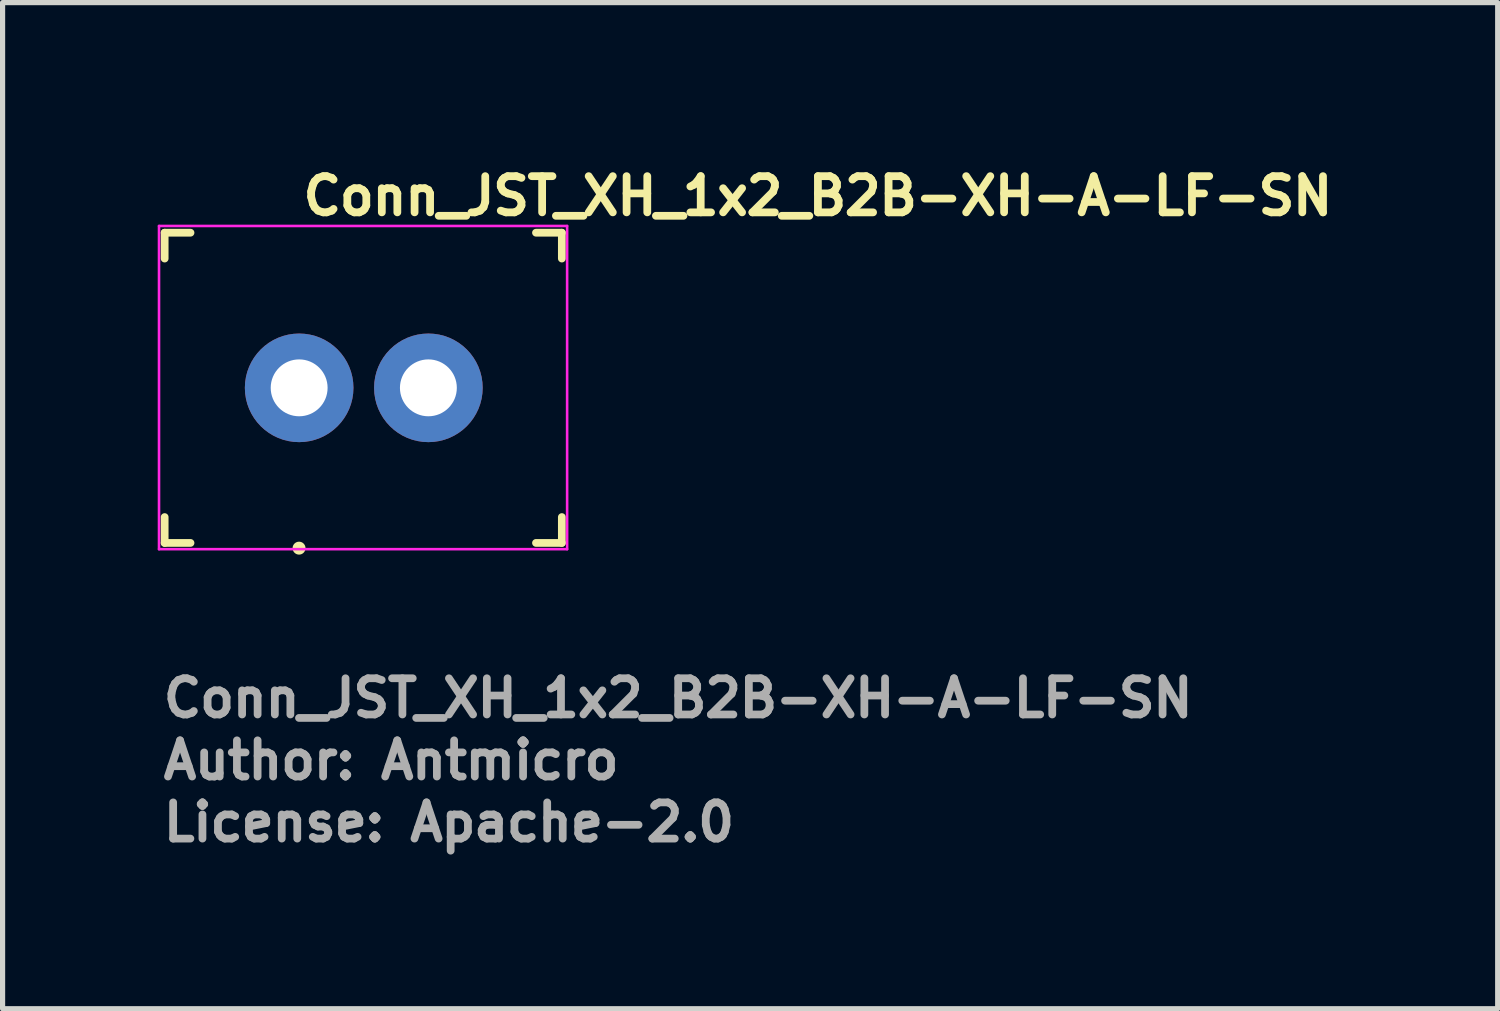
<source format=kicad_pcb>
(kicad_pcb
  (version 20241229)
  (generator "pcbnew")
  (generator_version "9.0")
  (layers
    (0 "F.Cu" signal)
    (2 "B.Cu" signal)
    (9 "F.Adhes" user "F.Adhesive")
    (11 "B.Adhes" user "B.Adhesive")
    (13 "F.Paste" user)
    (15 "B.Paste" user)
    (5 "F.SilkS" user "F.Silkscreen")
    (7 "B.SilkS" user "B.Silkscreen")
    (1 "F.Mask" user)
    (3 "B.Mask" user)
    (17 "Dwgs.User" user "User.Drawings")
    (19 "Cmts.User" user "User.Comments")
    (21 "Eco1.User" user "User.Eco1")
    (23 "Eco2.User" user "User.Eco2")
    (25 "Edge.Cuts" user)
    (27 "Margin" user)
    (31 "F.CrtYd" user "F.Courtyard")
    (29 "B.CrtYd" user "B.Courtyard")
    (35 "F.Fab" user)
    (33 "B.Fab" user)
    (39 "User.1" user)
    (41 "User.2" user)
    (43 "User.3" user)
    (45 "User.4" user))
  (footprint "Conn_JST_XH_1x2_B2B-XH-A-LF-SN"
    (layer "F.Cu")
    (at 2.735 4.45)
    (property "Reference" "Conn_JST_XH_1x2_B2B-XH-A-LF-SN" (at 0 -3.3 0) (layer "F.SilkS") (effects (font (size 0.7 0.7) (thickness 0.15)) (justify left bottom)))
    (attr through_hole)
    (fp_line (start -2.601 -3) (end -2.601 -2.5) (stroke (width 0.15) (type solid)) (layer "F.SilkS"))
    (fp_line (start -2.601 -3) (end -2.101 -3) (stroke (width 0.15) (type solid)) (layer "F.SilkS"))
    (fp_line (start -2.601 2.999) (end -2.601 2.499) (stroke (width 0.15) (type solid)) (layer "F.SilkS"))
    (fp_line (start -2.601 2.999) (end -2.101 2.999) (stroke (width 0.15) (type solid)) (layer "F.SilkS"))
    (fp_line (start 5.08 -3) (end 4.58 -3) (stroke (width 0.15) (type solid)) (layer "F.SilkS"))
    (fp_line (start 5.08 -3) (end 5.08 -2.5) (stroke (width 0.15) (type solid)) (layer "F.SilkS"))
    (fp_line (start 5.08 2.999) (end 4.58 2.999) (stroke (width 0.15) (type solid)) (layer "F.SilkS"))
    (fp_line (start 5.08 2.999) (end 5.08 2.499) (stroke (width 0.15) (type solid)) (layer "F.SilkS"))
    (fp_circle (center -0.002 3.1) (end 0.048 3.1) (stroke (width 0.15) (type solid)) (fill yes) (layer "F.SilkS"))
    (fp_line (start -2.71 -3.13) (end -2.71 3.12) (stroke (width 0.05) (type solid)) (layer "F.CrtYd"))
    (fp_line (start 5.182 -3.13) (end -2.71 -3.13) (stroke (width 0.05) (type solid)) (layer "F.CrtYd"))
    (fp_line (start 5.182 3.12) (end -2.71 3.12) (stroke (width 0.05) (type solid)) (layer "F.CrtYd"))
    (fp_line (start 5.182 3.12) (end 5.182 -3.13) (stroke (width 0.05) (type solid)) (layer "F.CrtYd"))
    (fp_rect (start -2.452 -2.875) (end 4.95 2.874) (stroke (width 0.1) (type solid)) (fill no) (layer "User.5"))
    (fp_line (start -2.452 -2.875) (end 4.95 -2.875) (stroke (width 0.02) (type solid)) (layer "User.9"))
    (fp_line (start -2.452 2.874) (end -2.452 -2.875) (stroke (width 0.02) (type solid)) (layer "User.9"))
    (fp_line (start -2.452 2.874) (end -1.25 2.874) (stroke (width 0.02) (type solid)) (layer "User.9"))
    (fp_line (start -1.589 -2.013) (end 4.086 -2.013) (stroke (width 0.02) (type solid)) (layer "User.9"))
    (fp_line (start -1.589 2.011) (end -1.589 -2.013) (stroke (width 0.02) (type solid)) (layer "User.9"))
    (fp_line (start -1.589 2.011) (end 4.086 2.011) (stroke (width 0.02) (type solid)) (layer "User.9"))
    (fp_line (start -1.25 2.75) (end 1.249 2.75) (stroke (width 0.02) (type solid)) (layer "User.9"))
    (fp_line (start -1.25 2.874) (end -1.25 2.75) (stroke (width 0.02) (type solid)) (layer "User.9"))
    (fp_line (start -1.25 2.874) (end 0 2.874) (stroke (width 0.02) (type solid)) (layer "User.9"))
    (fp_line (start -0.32 -0.32) (end -0.064 -0.064) (stroke (width 0.02) (type solid)) (layer "User.9"))
    (fp_line (start -0.32 -0.32) (end 0.32 -0.32) (stroke (width 0.02) (type solid)) (layer "User.9"))
    (fp_line (start -0.32 0.32) (end -0.32 -0.32) (stroke (width 0.02) (type solid)) (layer "User.9"))
    (fp_line (start -0.32 0.32) (end -0.064 0.064) (stroke (width 0.02) (type solid)) (layer "User.9"))
    (fp_line (start -0.32 0.32) (end 0.32 0.32) (stroke (width 0.02) (type solid)) (layer "User.9"))
    (fp_line (start -0.064 -0.064) (end 0.064 -0.064) (stroke (width 0.02) (type solid)) (layer "User.9"))
    (fp_line (start -0.064 0.064) (end -0.064 -0.064) (stroke (width 0.02) (type solid)) (layer "User.9"))
    (fp_line (start -0.064 0.064) (end 0.064 0.064) (stroke (width 0.02) (type solid)) (layer "User.9"))
    (fp_line (start 0 2.874) (end 0 2.75) (stroke (width 0.02) (type solid)) (layer "User.9"))
    (fp_line (start 0.064 0.064) (end 0.064 -0.064) (stroke (width 0.02) (type solid)) (layer "User.9"))
    (fp_line (start 0.32 -0.32) (end 0.064 -0.064) (stroke (width 0.02) (type solid)) (layer "User.9"))
    (fp_line (start 0.32 0.32) (end 0.064 0.064) (stroke (width 0.02) (type solid)) (layer "User.9"))
    (fp_line (start 0.32 0.32) (end 0.32 -0.32) (stroke (width 0.02) (type solid)) (layer "User.9"))
    (fp_line (start 1.249 2.874) (end 0 2.874) (stroke (width 0.02) (type solid)) (layer "User.9"))
    (fp_line (start 1.249 2.874) (end 1.249 2.75) (stroke (width 0.02) (type solid)) (layer "User.9"))
    (fp_line (start 1.249 2.874) (end 4.95 2.874) (stroke (width 0.02) (type solid)) (layer "User.9"))
    (fp_line (start 2.18 -0.32) (end 2.435 -0.064) (stroke (width 0.02) (type solid)) (layer "User.9"))
    (fp_line (start 2.18 -0.32) (end 2.818 -0.32) (stroke (width 0.02) (type solid)) (layer "User.9"))
    (fp_line (start 2.18 0.32) (end 2.18 -0.32) (stroke (width 0.02) (type solid)) (layer "User.9"))
    (fp_line (start 2.18 0.32) (end 2.435 0.064) (stroke (width 0.02) (type solid)) (layer "User.9"))
    (fp_line (start 2.18 0.32) (end 2.818 0.32) (stroke (width 0.02) (type solid)) (layer "User.9"))
    (fp_line (start 2.435 -0.064) (end 2.564 -0.064) (stroke (width 0.02) (type solid)) (layer "User.9"))
    (fp_line (start 2.435 0.064) (end 2.435 -0.064) (stroke (width 0.02) (type solid)) (layer "User.9"))
    (fp_line (start 2.435 0.064) (end 2.564 0.064) (stroke (width 0.02) (type solid)) (layer "User.9"))
    (fp_line (start 2.564 0.064) (end 2.564 -0.064) (stroke (width 0.02) (type solid)) (layer "User.9"))
    (fp_line (start 2.818 -0.32) (end 2.564 -0.064) (stroke (width 0.02) (type solid)) (layer "User.9"))
    (fp_line (start 2.818 0.32) (end 2.564 0.064) (stroke (width 0.02) (type solid)) (layer "User.9"))
    (fp_line (start 2.818 0.32) (end 2.818 -0.32) (stroke (width 0.02) (type solid)) (layer "User.9"))
    (fp_line (start 4.086 2.011) (end 4.086 -2.013) (stroke (width 0.02) (type solid)) (layer "User.9"))
    (fp_line (start 4.95 2.874) (end 4.95 -2.875) (stroke (width 0.02) (type solid)) (layer "User.9"))
    (fp_text user "${REFERENCE}" (at -2.702 6.41 0) (layer "F.Fab") (effects (font (size 0.7 0.7) (thickness 0.15)) (justify left bottom)))
    (fp_text user "License: Apache-2.0" (at -2.702 8.81 0) (layer "F.Fab") (effects (font (size 0.7 0.7) (thickness 0.15)) (justify left bottom)))
    (fp_text user "Author: Antmicro" (at -2.702 7.61 0) (layer "F.Fab") (effects (font (size 0.7 0.7) (thickness 0.15)) (justify left bottom)))
    (pad "1" thru_hole circle (at 0 0) (size 2.1 2.1) (drill 1.1) (layers "*.Cu" "*.Mask"))
    (pad "2" thru_hole circle (at 2.499 0) (size 2.1 2.1) (drill 1.1) (layers "*.Cu" "*.Mask")))
  (gr_rect
    (start -3 -3)
    (end 25.912 16.456)
    (stroke (width 0.1) (type default))
    (fill no)
    (layer "Edge.Cuts")))
</source>
